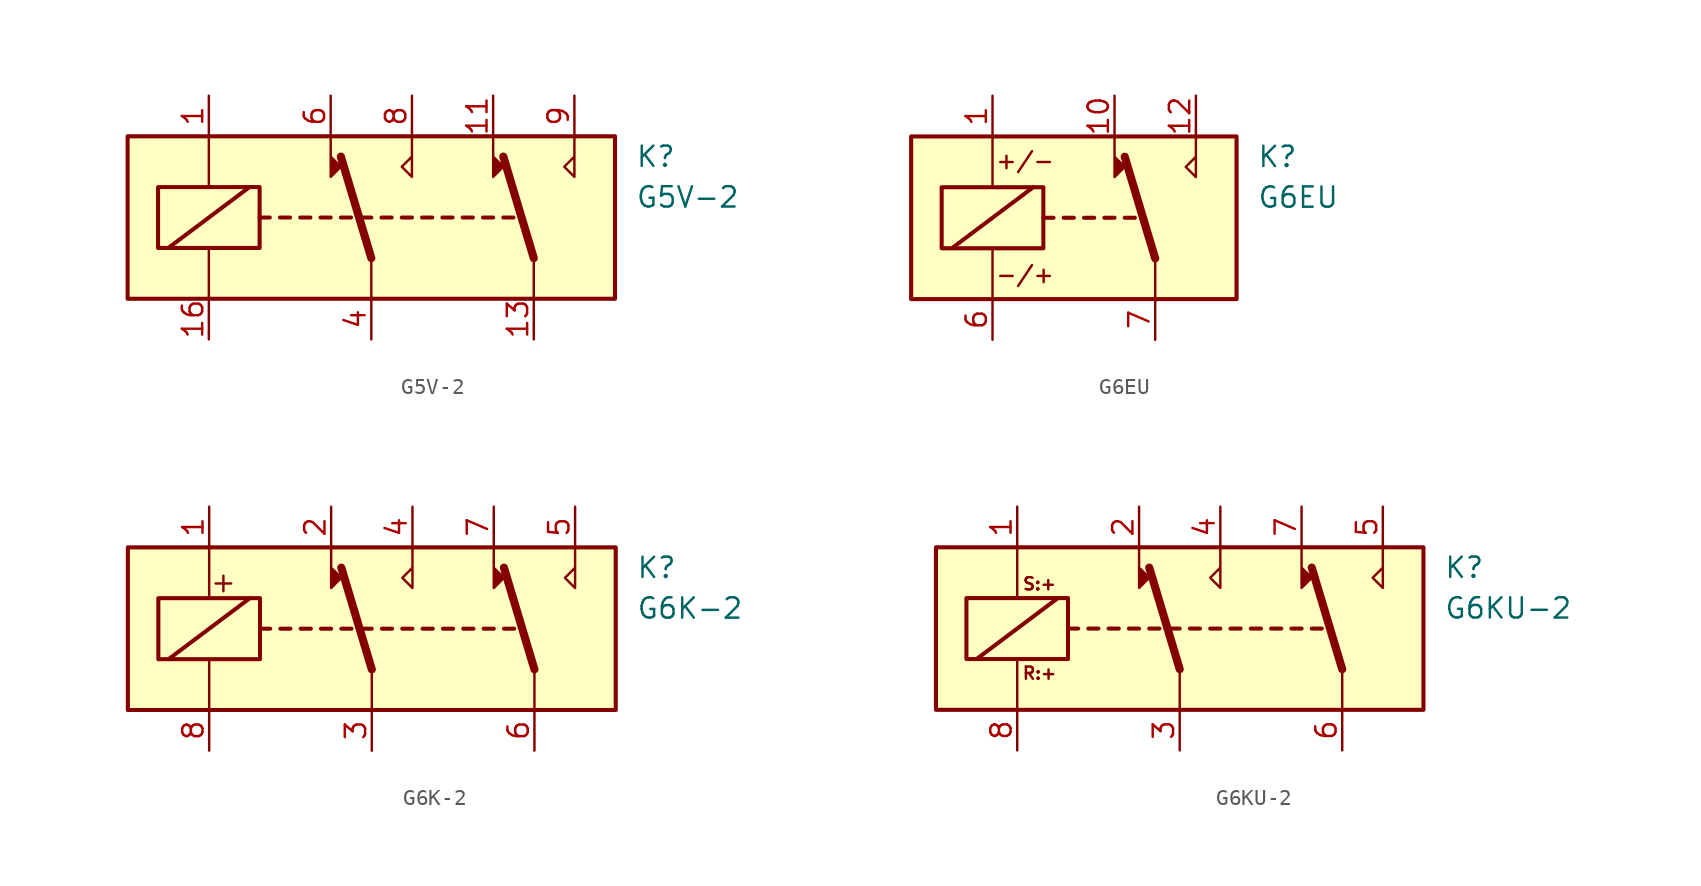
<source format=kicad_sym>
(kicad_symbol_lib
  (version 20211014)
  (generator kicad_symbol_editor)
  (symbol "G5V-2"
    (property "Reference" "K"
      (at 16.51 3.81 0)
      (effects (font (size 1.27 1.27)) (justify left)))
    (property "Value" "G5V-2"
      (at 16.51 1.27 0)
      (effects (font (size 1.27 1.27)) (justify left)))
    (symbol "G5V-2_0_1"
      (rectangle (start -15.24 5.08) (end 15.24 -5.08) (stroke (width 0.254) (type default) (color 0 0 0 0)) (fill (type background)))
      (rectangle (start -13.335 1.905) (end -6.985 -1.905) (stroke (width 0.254) (type default) (color 0 0 0 0)) (fill (type none)))
      (polyline (pts (xy -12.7 -1.905) (xy -7.62 1.905)) (stroke (width 0.254) (type default) (color 0 0 0 0)) (fill (type none)))
      (polyline (pts (xy -10.16 -5.08) (xy -10.16 -1.905)) (stroke (width 0) (type default) (color 0 0 0 0)) (fill (type none)))
      (polyline (pts (xy -10.16 5.08) (xy -10.16 1.905)) (stroke (width 0) (type default) (color 0 0 0 0)) (fill (type none)))
      (polyline (pts (xy -6.985 0) (xy -6.35 0)) (stroke (width 0.254) (type default) (color 0 0 0 0)) (fill (type none)))
      (polyline (pts (xy -5.715 0) (xy -5.08 0)) (stroke (width 0.254) (type default) (color 0 0 0 0)) (fill (type none)))
      (polyline (pts (xy -4.445 0) (xy -3.81 0)) (stroke (width 0.254) (type default) (color 0 0 0 0)) (fill (type none)))
      (polyline (pts (xy -3.175 0) (xy -2.54 0)) (stroke (width 0.254) (type default) (color 0 0 0 0)) (fill (type none)))
      (polyline (pts (xy -1.905 0) (xy -1.27 0)) (stroke (width 0.254) (type default) (color 0 0 0 0)) (fill (type none)))
      (polyline (pts (xy -0.635 0) (xy 0 0)) (stroke (width 0.254) (type default) (color 0 0 0 0)) (fill (type none)))
      (polyline (pts (xy 0 -2.54) (xy -1.905 3.81)) (stroke (width 0.508) (type default) (color 0 0 0 0)) (fill (type none)))
      (polyline (pts (xy 0 -2.54) (xy 0 -5.08)) (stroke (width 0) (type default) (color 0 0 0 0)) (fill (type none)))
      (polyline (pts (xy 0.635 0) (xy 1.27 0)) (stroke (width 0.254) (type default) (color 0 0 0 0)) (fill (type none)))
      (polyline (pts (xy 1.905 0) (xy 2.54 0)) (stroke (width 0.254) (type default) (color 0 0 0 0)) (fill (type none)))
      (polyline (pts (xy 3.175 0) (xy 3.81 0)) (stroke (width 0.254) (type default) (color 0 0 0 0)) (fill (type none)))
      (polyline (pts (xy 4.445 0) (xy 5.08 0)) (stroke (width 0.254) (type default) (color 0 0 0 0)) (fill (type none)))
      (polyline (pts (xy 5.715 0) (xy 6.35 0)) (stroke (width 0.254) (type default) (color 0 0 0 0)) (fill (type none)))
      (polyline (pts (xy 6.985 0) (xy 7.62 0)) (stroke (width 0.254) (type default) (color 0 0 0 0)) (fill (type none)))
      (polyline (pts (xy 8.255 0) (xy 8.89 0)) (stroke (width 0.254) (type default) (color 0 0 0 0)) (fill (type none)))
      (polyline (pts (xy 10.16 -2.54) (xy 8.255 3.81)) (stroke (width 0.508) (type default) (color 0 0 0 0)) (fill (type none)))
      (polyline (pts (xy 10.16 -2.54) (xy 10.16 -5.08)) (stroke (width 0) (type default) (color 0 0 0 0)) (fill (type none)))
      (polyline (pts (xy -2.54 5.08) (xy -2.54 2.54) (xy -1.905 3.175) (xy -2.54 3.81)) (stroke (width 0) (type default) (color 0 0 0 0)) (fill (type outline)))
      (polyline (pts (xy 2.54 5.08) (xy 2.54 2.54) (xy 1.905 3.175) (xy 2.54 3.81)) (stroke (width 0) (type default) (color 0 0 0 0)) (fill (type none)))
      (polyline (pts (xy 7.62 5.08) (xy 7.62 2.54) (xy 8.255 3.175) (xy 7.62 3.81)) (stroke (width 0) (type default) (color 0 0 0 0)) (fill (type outline)))
      (polyline (pts (xy 12.7 5.08) (xy 12.7 2.54) (xy 12.065 3.175) (xy 12.7 3.81)) (stroke (width 0) (type default) (color 0 0 0 0)) (fill (type none))))
    (symbol "G5V-2_1_1"
      (pin passive line (at -10.16 7.62 270) (length 2.54) (name "~" (effects (font (size 1.27 1.27)))) (number "1" (effects (font (size 1.27 1.27)))))
      (pin passive line (at 7.62 7.62 270) (length 2.54) (name "~" (effects (font (size 1.27 1.27)))) (number "11" (effects (font (size 1.27 1.27)))))
      (pin passive line (at 10.16 -7.62 90) (length 2.54) (name "~" (effects (font (size 1.27 1.27)))) (number "13" (effects (font (size 1.27 1.27)))))
      (pin passive line (at -10.16 -7.62 90) (length 2.54) (name "~" (effects (font (size 1.27 1.27)))) (number "16" (effects (font (size 1.27 1.27)))))
      (pin passive line (at 0 -7.62 90) (length 2.54) (name "~" (effects (font (size 1.27 1.27)))) (number "4" (effects (font (size 1.27 1.27)))))
      (pin passive line (at -2.54 7.62 270) (length 2.54) (name "~" (effects (font (size 1.27 1.27)))) (number "6" (effects (font (size 1.27 1.27)))))
      (pin passive line (at 2.54 7.62 270) (length 2.54) (name "~" (effects (font (size 1.27 1.27)))) (number "8" (effects (font (size 1.27 1.27)))))
      (pin passive line (at 12.7 7.62 270) (length 2.54) (name "~" (effects (font (size 1.27 1.27)))) (number "9" (effects (font (size 1.27 1.27)))))))
  (symbol "G6EU"
    (property "Reference" "K"
      (at 11.43 3.81 0)
      (effects (font (size 1.27 1.27)) (justify left)))
    (property "Value" "G6EU"
      (at 11.43 1.27 0)
      (effects (font (size 1.27 1.27)) (justify left)))
    (symbol "G6EU_0_0"
      (polyline (pts (xy 7.62 5.08) (xy 7.62 2.54) (xy 6.985 3.175) (xy 7.62 3.81)) (stroke (width 0) (type default) (color 0 0 0 0)) (fill (type none)))
      (text "+/-" (at -3.048 3.556 0) (effects (font (size 1.016 1.016))))
      (text "-/+" (at -3.048 -3.556 0) (effects (font (size 1.016 1.016)))))
    (symbol "G6EU_0_1"
      (rectangle (start -10.16 5.08) (end 10.16 -5.08) (stroke (width 0.254) (type default) (color 0 0 0 0)) (fill (type background)))
      (rectangle (start -8.255 1.905) (end -1.905 -1.905) (stroke (width 0.254) (type default) (color 0 0 0 0)) (fill (type none)))
      (polyline (pts (xy -7.62 -1.905) (xy -2.54 1.905)) (stroke (width 0.254) (type default) (color 0 0 0 0)) (fill (type none)))
      (polyline (pts (xy -5.08 -5.08) (xy -5.08 -1.905)) (stroke (width 0) (type default) (color 0 0 0 0)) (fill (type none)))
      (polyline (pts (xy -5.08 5.08) (xy -5.08 1.905)) (stroke (width 0) (type default) (color 0 0 0 0)) (fill (type none)))
      (polyline (pts (xy -1.905 0) (xy -1.27 0)) (stroke (width 0.254) (type default) (color 0 0 0 0)) (fill (type none)))
      (polyline (pts (xy -0.635 0) (xy 0 0)) (stroke (width 0.254) (type default) (color 0 0 0 0)) (fill (type none)))
      (polyline (pts (xy 0.635 0) (xy 1.27 0)) (stroke (width 0.254) (type default) (color 0 0 0 0)) (fill (type none)))
      (polyline (pts (xy 1.905 0) (xy 2.54 0)) (stroke (width 0.254) (type default) (color 0 0 0 0)) (fill (type none)))
      (polyline (pts (xy 3.175 0) (xy 3.81 0)) (stroke (width 0.254) (type default) (color 0 0 0 0)) (fill (type none)))
      (polyline (pts (xy 5.08 -2.54) (xy 3.175 3.81)) (stroke (width 0.508) (type default) (color 0 0 0 0)) (fill (type none)))
      (polyline (pts (xy 5.08 -2.54) (xy 5.08 -5.08)) (stroke (width 0) (type default) (color 0 0 0 0)) (fill (type none)))
      (polyline (pts (xy 2.54 5.08) (xy 2.54 2.54) (xy 3.175 3.175) (xy 2.54 3.81)) (stroke (width 0) (type default) (color 0 0 0 0)) (fill (type outline))))
    (symbol "G6EU_1_1"
      (pin passive line (at -5.08 7.62 270) (length 2.54) (name "~" (effects (font (size 1.27 1.27)))) (number "1" (effects (font (size 1.27 1.27)))))
      (pin passive line (at 2.54 7.62 270) (length 2.54) (name "~" (effects (font (size 1.27 1.27)))) (number "10" (effects (font (size 1.27 1.27)))))
      (pin passive line (at 7.62 7.62 270) (length 2.54) (name "~" (effects (font (size 1.27 1.27)))) (number "12" (effects (font (size 1.27 1.27)))))
      (pin passive line (at -5.08 -7.62 90) (length 2.54) (name "~" (effects (font (size 1.27 1.27)))) (number "6" (effects (font (size 1.27 1.27)))))
      (pin passive line (at 5.08 -7.62 90) (length 2.54) (name "~" (effects (font (size 1.27 1.27)))) (number "7" (effects (font (size 1.27 1.27)))))))
  (symbol "G6K-2"
    (property "Reference" "K"
      (at 16.51 3.81 0)
      (effects (font (size 1.27 1.27)) (justify left)))
    (property "Value" "G6K-2"
      (at 16.51 1.27 0)
      (effects (font (size 1.27 1.27)) (justify left)))
    (symbol "G6K-2_0_0"
      (text "+" (at -9.271 2.921 0) (effects (font (size 1.27 1.27)))))
    (symbol "G6K-2_0_1"
      (rectangle (start -15.24 5.08) (end 15.24 -5.08) (stroke (width 0.254) (type default) (color 0 0 0 0)) (fill (type background)))
      (rectangle (start -13.335 1.905) (end -6.985 -1.905) (stroke (width 0.254) (type default) (color 0 0 0 0)) (fill (type none)))
      (polyline (pts (xy -12.7 -1.905) (xy -7.62 1.905)) (stroke (width 0.254) (type default) (color 0 0 0 0)) (fill (type none)))
      (polyline (pts (xy -10.16 -5.08) (xy -10.16 -1.905)) (stroke (width 0) (type default) (color 0 0 0 0)) (fill (type none)))
      (polyline (pts (xy -10.16 5.08) (xy -10.16 1.905)) (stroke (width 0) (type default) (color 0 0 0 0)) (fill (type none)))
      (polyline (pts (xy -6.985 0) (xy -6.35 0)) (stroke (width 0.254) (type default) (color 0 0 0 0)) (fill (type none)))
      (polyline (pts (xy -5.715 0) (xy -5.08 0)) (stroke (width 0.254) (type default) (color 0 0 0 0)) (fill (type none)))
      (polyline (pts (xy -4.445 0) (xy -3.81 0)) (stroke (width 0.254) (type default) (color 0 0 0 0)) (fill (type none)))
      (polyline (pts (xy -3.175 0) (xy -2.54 0)) (stroke (width 0.254) (type default) (color 0 0 0 0)) (fill (type none)))
      (polyline (pts (xy -1.905 0) (xy -1.27 0)) (stroke (width 0.254) (type default) (color 0 0 0 0)) (fill (type none)))
      (polyline (pts (xy -0.635 0) (xy 0 0)) (stroke (width 0.254) (type default) (color 0 0 0 0)) (fill (type none)))
      (polyline (pts (xy 0 -2.54) (xy -1.905 3.81)) (stroke (width 0.508) (type default) (color 0 0 0 0)) (fill (type none)))
      (polyline (pts (xy 0 -2.54) (xy 0 -5.08)) (stroke (width 0) (type default) (color 0 0 0 0)) (fill (type none)))
      (polyline (pts (xy 0.635 0) (xy 1.27 0)) (stroke (width 0.254) (type default) (color 0 0 0 0)) (fill (type none)))
      (polyline (pts (xy 1.905 0) (xy 2.54 0)) (stroke (width 0.254) (type default) (color 0 0 0 0)) (fill (type none)))
      (polyline (pts (xy 3.175 0) (xy 3.81 0)) (stroke (width 0.254) (type default) (color 0 0 0 0)) (fill (type none)))
      (polyline (pts (xy 4.445 0) (xy 5.08 0)) (stroke (width 0.254) (type default) (color 0 0 0 0)) (fill (type none)))
      (polyline (pts (xy 5.715 0) (xy 6.35 0)) (stroke (width 0.254) (type default) (color 0 0 0 0)) (fill (type none)))
      (polyline (pts (xy 6.985 0) (xy 7.62 0)) (stroke (width 0.254) (type default) (color 0 0 0 0)) (fill (type none)))
      (polyline (pts (xy 8.255 0) (xy 8.89 0)) (stroke (width 0.254) (type default) (color 0 0 0 0)) (fill (type none)))
      (polyline (pts (xy 10.16 -2.54) (xy 8.255 3.81)) (stroke (width 0.508) (type default) (color 0 0 0 0)) (fill (type none)))
      (polyline (pts (xy 10.16 -2.54) (xy 10.16 -5.08)) (stroke (width 0) (type default) (color 0 0 0 0)) (fill (type none)))
      (polyline (pts (xy -2.54 5.08) (xy -2.54 2.54) (xy -1.905 3.175) (xy -2.54 3.81)) (stroke (width 0) (type default) (color 0 0 0 0)) (fill (type outline)))
      (polyline (pts (xy 2.54 5.08) (xy 2.54 2.54) (xy 1.905 3.175) (xy 2.54 3.81)) (stroke (width 0) (type default) (color 0 0 0 0)) (fill (type none)))
      (polyline (pts (xy 7.62 5.08) (xy 7.62 2.54) (xy 8.255 3.175) (xy 7.62 3.81)) (stroke (width 0) (type default) (color 0 0 0 0)) (fill (type outline)))
      (polyline (pts (xy 12.7 5.08) (xy 12.7 2.54) (xy 12.065 3.175) (xy 12.7 3.81)) (stroke (width 0) (type default) (color 0 0 0 0)) (fill (type none))))
    (symbol "G6K-2_1_1"
      (pin passive line (at -10.16 7.62 270) (length 2.54) (name "~" (effects (font (size 1.27 1.27)))) (number "1" (effects (font (size 1.27 1.27)))))
      (pin passive line (at -2.54 7.62 270) (length 2.54) (name "~" (effects (font (size 1.27 1.27)))) (number "2" (effects (font (size 1.27 1.27)))))
      (pin passive line (at 0 -7.62 90) (length 2.54) (name "~" (effects (font (size 1.27 1.27)))) (number "3" (effects (font (size 1.27 1.27)))))
      (pin passive line (at 2.54 7.62 270) (length 2.54) (name "~" (effects (font (size 1.27 1.27)))) (number "4" (effects (font (size 1.27 1.27)))))
      (pin passive line (at 12.7 7.62 270) (length 2.54) (name "~" (effects (font (size 1.27 1.27)))) (number "5" (effects (font (size 1.27 1.27)))))
      (pin passive line (at 10.16 -7.62 90) (length 2.54) (name "~" (effects (font (size 1.27 1.27)))) (number "6" (effects (font (size 1.27 1.27)))))
      (pin passive line (at 7.62 7.62 270) (length 2.54) (name "~" (effects (font (size 1.27 1.27)))) (number "7" (effects (font (size 1.27 1.27)))))
      (pin passive line (at -10.16 -7.62 90) (length 2.54) (name "~" (effects (font (size 1.27 1.27)))) (number "8" (effects (font (size 1.27 1.27)))))))
  (symbol "G6KU-2"
    (property "Reference" "K"
      (at 16.51 3.81 0)
      (effects (font (size 1.27 1.27)) (justify left)))
    (property "Value" "G6KU-2"
      (at 16.51 1.27 0)
      (effects (font (size 1.27 1.27)) (justify left)))
    (symbol "G6KU-2_0_0"
      (text "R:+" (at -8.763 -2.794 0) (effects (font (size 0.762 0.762))))
      (text "S:+" (at -8.763 2.794 0) (effects (font (size 0.762 0.762)))))
    (symbol "G6KU-2_0_1"
      (rectangle (start -15.24 5.08) (end 15.24 -5.08) (stroke (width 0.254) (type default) (color 0 0 0 0)) (fill (type background)))
      (rectangle (start -13.335 1.905) (end -6.985 -1.905) (stroke (width 0.254) (type default) (color 0 0 0 0)) (fill (type none)))
      (polyline (pts (xy -12.7 -1.905) (xy -7.62 1.905)) (stroke (width 0.254) (type default) (color 0 0 0 0)) (fill (type none)))
      (polyline (pts (xy -10.16 -5.08) (xy -10.16 -1.905)) (stroke (width 0) (type default) (color 0 0 0 0)) (fill (type none)))
      (polyline (pts (xy -10.16 5.08) (xy -10.16 1.905)) (stroke (width 0) (type default) (color 0 0 0 0)) (fill (type none)))
      (polyline (pts (xy -6.985 0) (xy -6.35 0)) (stroke (width 0.254) (type default) (color 0 0 0 0)) (fill (type none)))
      (polyline (pts (xy -5.715 0) (xy -5.08 0)) (stroke (width 0.254) (type default) (color 0 0 0 0)) (fill (type none)))
      (polyline (pts (xy -4.445 0) (xy -3.81 0)) (stroke (width 0.254) (type default) (color 0 0 0 0)) (fill (type none)))
      (polyline (pts (xy -3.175 0) (xy -2.54 0)) (stroke (width 0.254) (type default) (color 0 0 0 0)) (fill (type none)))
      (polyline (pts (xy -1.905 0) (xy -1.27 0)) (stroke (width 0.254) (type default) (color 0 0 0 0)) (fill (type none)))
      (polyline (pts (xy -0.635 0) (xy 0 0)) (stroke (width 0.254) (type default) (color 0 0 0 0)) (fill (type none)))
      (polyline (pts (xy 0 -2.54) (xy -1.905 3.81)) (stroke (width 0.508) (type default) (color 0 0 0 0)) (fill (type none)))
      (polyline (pts (xy 0 -2.54) (xy 0 -5.08)) (stroke (width 0) (type default) (color 0 0 0 0)) (fill (type none)))
      (polyline (pts (xy 0.635 0) (xy 1.27 0)) (stroke (width 0.254) (type default) (color 0 0 0 0)) (fill (type none)))
      (polyline (pts (xy 1.905 0) (xy 2.54 0)) (stroke (width 0.254) (type default) (color 0 0 0 0)) (fill (type none)))
      (polyline (pts (xy 3.175 0) (xy 3.81 0)) (stroke (width 0.254) (type default) (color 0 0 0 0)) (fill (type none)))
      (polyline (pts (xy 4.445 0) (xy 5.08 0)) (stroke (width 0.254) (type default) (color 0 0 0 0)) (fill (type none)))
      (polyline (pts (xy 5.715 0) (xy 6.35 0)) (stroke (width 0.254) (type default) (color 0 0 0 0)) (fill (type none)))
      (polyline (pts (xy 6.985 0) (xy 7.62 0)) (stroke (width 0.254) (type default) (color 0 0 0 0)) (fill (type none)))
      (polyline (pts (xy 8.255 0) (xy 8.89 0)) (stroke (width 0.254) (type default) (color 0 0 0 0)) (fill (type none)))
      (polyline (pts (xy 10.16 -2.54) (xy 8.255 3.81)) (stroke (width 0.508) (type default) (color 0 0 0 0)) (fill (type none)))
      (polyline (pts (xy 10.16 -2.54) (xy 10.16 -5.08)) (stroke (width 0) (type default) (color 0 0 0 0)) (fill (type none)))
      (polyline (pts (xy -2.54 5.08) (xy -2.54 2.54) (xy -1.905 3.175) (xy -2.54 3.81)) (stroke (width 0) (type default) (color 0 0 0 0)) (fill (type outline)))
      (polyline (pts (xy 2.54 5.08) (xy 2.54 2.54) (xy 1.905 3.175) (xy 2.54 3.81)) (stroke (width 0) (type default) (color 0 0 0 0)) (fill (type none)))
      (polyline (pts (xy 7.62 5.08) (xy 7.62 2.54) (xy 8.255 3.175) (xy 7.62 3.81)) (stroke (width 0) (type default) (color 0 0 0 0)) (fill (type outline)))
      (polyline (pts (xy 12.7 5.08) (xy 12.7 2.54) (xy 12.065 3.175) (xy 12.7 3.81)) (stroke (width 0) (type default) (color 0 0 0 0)) (fill (type none))))
    (symbol "G6KU-2_1_1"
      (pin passive line (at -10.16 7.62 270) (length 2.54) (name "~" (effects (font (size 1.27 1.27)))) (number "1" (effects (font (size 1.27 1.27)))))
      (pin passive line (at -2.54 7.62 270) (length 2.54) (name "~" (effects (font (size 1.27 1.27)))) (number "2" (effects (font (size 1.27 1.27)))))
      (pin passive line (at 0 -7.62 90) (length 2.54) (name "~" (effects (font (size 1.27 1.27)))) (number "3" (effects (font (size 1.27 1.27)))))
      (pin passive line (at 2.54 7.62 270) (length 2.54) (name "~" (effects (font (size 1.27 1.27)))) (number "4" (effects (font (size 1.27 1.27)))))
      (pin passive line (at 12.7 7.62 270) (length 2.54) (name "~" (effects (font (size 1.27 1.27)))) (number "5" (effects (font (size 1.27 1.27)))))
      (pin passive line (at 10.16 -7.62 90) (length 2.54) (name "~" (effects (font (size 1.27 1.27)))) (number "6" (effects (font (size 1.27 1.27)))))
      (pin passive line (at 7.62 7.62 270) (length 2.54) (name "~" (effects (font (size 1.27 1.27)))) (number "7" (effects (font (size 1.27 1.27)))))
      (pin passive line (at -10.16 -7.62 90) (length 2.54) (name "~" (effects (font (size 1.27 1.27)))) (number "8" (effects (font (size 1.27 1.27))))))))
</source>
